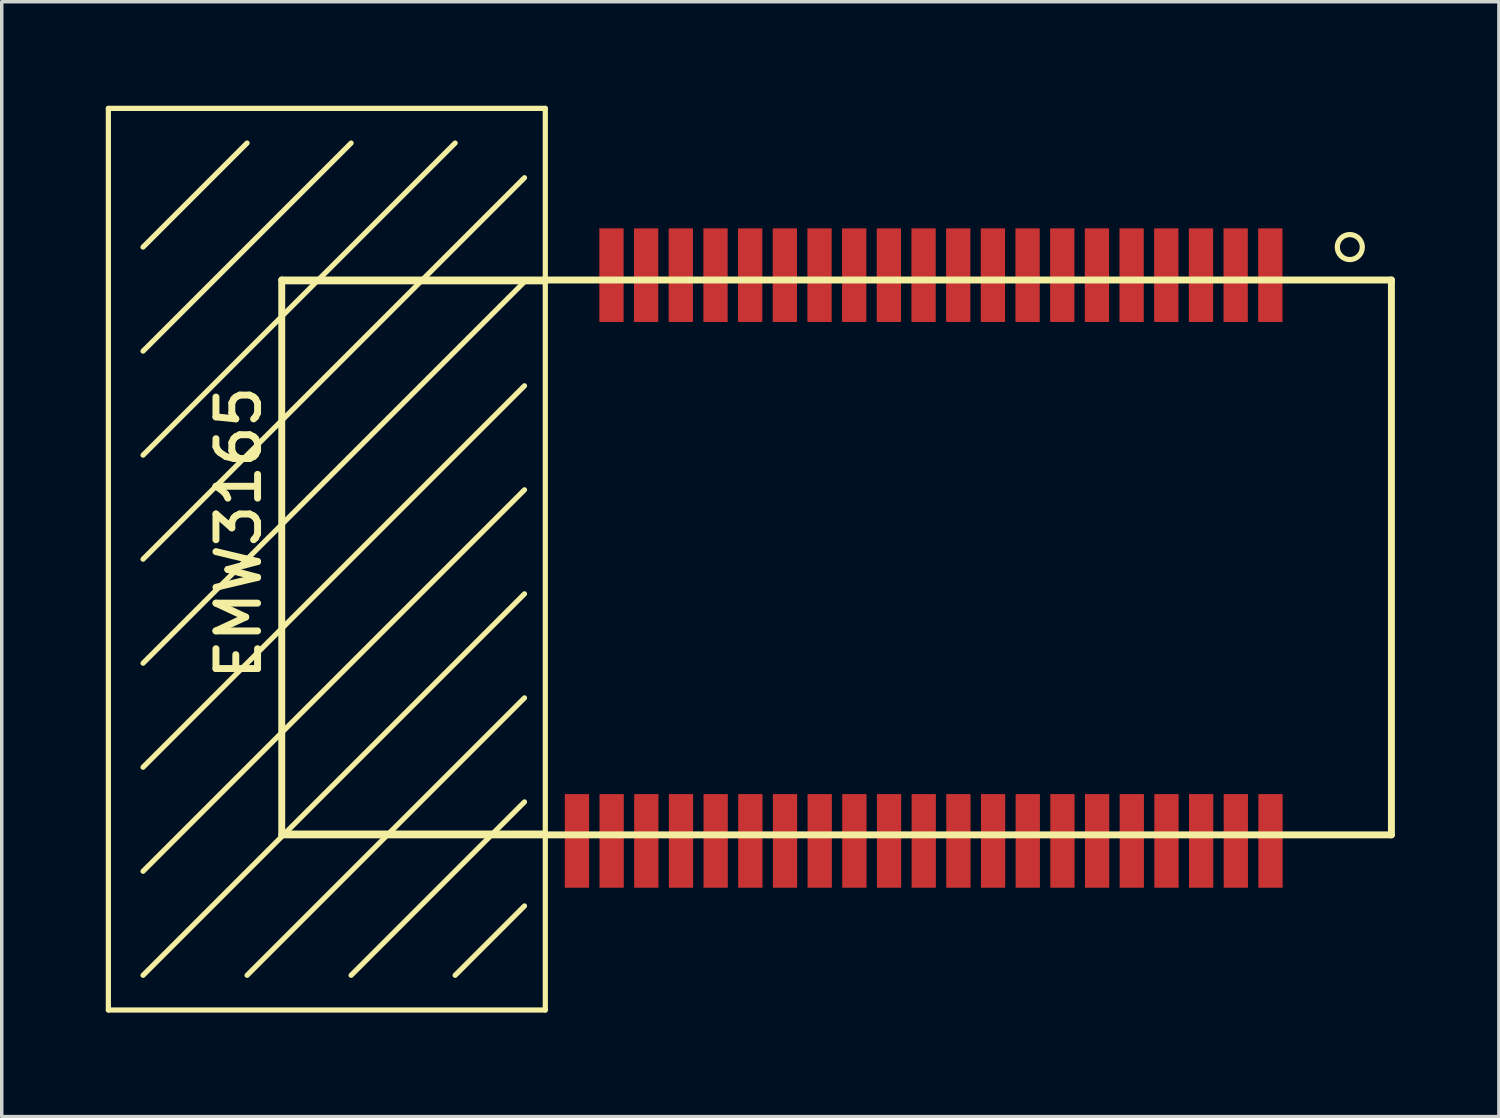
<source format=kicad_pcb>
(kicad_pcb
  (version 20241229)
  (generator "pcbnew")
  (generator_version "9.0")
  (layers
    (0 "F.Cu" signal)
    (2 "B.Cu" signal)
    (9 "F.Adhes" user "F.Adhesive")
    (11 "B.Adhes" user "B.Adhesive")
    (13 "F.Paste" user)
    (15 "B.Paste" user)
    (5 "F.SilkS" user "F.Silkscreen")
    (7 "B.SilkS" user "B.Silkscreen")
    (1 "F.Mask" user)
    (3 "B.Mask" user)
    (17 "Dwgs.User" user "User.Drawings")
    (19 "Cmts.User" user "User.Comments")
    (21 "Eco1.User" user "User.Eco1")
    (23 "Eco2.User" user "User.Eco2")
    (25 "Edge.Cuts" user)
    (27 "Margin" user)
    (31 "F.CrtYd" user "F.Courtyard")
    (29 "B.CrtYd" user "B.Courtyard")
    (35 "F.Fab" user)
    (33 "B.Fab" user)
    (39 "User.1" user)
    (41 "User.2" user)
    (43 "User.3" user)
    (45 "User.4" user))
  (footprint "EMW3165"
    (layer "F.Cu")
    (at 5.075 5.075)
    (property "Reference" "EMW3165" (at -1.242 7.24 270) (layer "F.SilkS") (effects (font (size 1.2 1.2) (thickness 0.2))))
    (attr through_hole)
    (fp_line (start -5 -5) (end -5 21) (stroke (width 0.15) (type solid)) (layer "F.SilkS"))
    (fp_line (start -5 -5) (end 7.6 -5) (stroke (width 0.15) (type solid)) (layer "F.SilkS"))
    (fp_line (start -5 21) (end 7.6 21) (stroke (width 0.15) (type solid)) (layer "F.SilkS"))
    (fp_line (start -1 -4) (end -4 -1) (stroke (width 0.15) (type solid)) (layer "F.SilkS"))
    (fp_line (start 0 -0.05) (end 0 15.95) (stroke (width 0.2) (type solid)) (layer "F.SilkS"))
    (fp_line (start 0 0) (end 7.6 0) (stroke (width 0.15) (type solid)) (layer "F.SilkS"))
    (fp_line (start 0 15.9) (end 0 0) (stroke (width 0.15) (type solid)) (layer "F.SilkS"))
    (fp_line (start 0 15.95) (end 32 15.95) (stroke (width 0.2) (type solid)) (layer "F.SilkS"))
    (fp_line (start 2 -4) (end -4 2) (stroke (width 0.15) (type solid)) (layer "F.SilkS"))
    (fp_line (start 5 -4) (end -4 5) (stroke (width 0.15) (type solid)) (layer "F.SilkS"))
    (fp_line (start 7 -3) (end -4 8) (stroke (width 0.15) (type solid)) (layer "F.SilkS"))
    (fp_line (start 7 0) (end -4 11) (stroke (width 0.15) (type solid)) (layer "F.SilkS"))
    (fp_line (start 7 3) (end -4 14) (stroke (width 0.15) (type solid)) (layer "F.SilkS"))
    (fp_line (start 7 6) (end -4 17) (stroke (width 0.15) (type solid)) (layer "F.SilkS"))
    (fp_line (start 7 9) (end -4 20) (stroke (width 0.15) (type solid)) (layer "F.SilkS"))
    (fp_line (start 7 12) (end -1 20) (stroke (width 0.15) (type solid)) (layer "F.SilkS"))
    (fp_line (start 7 15) (end 2 20) (stroke (width 0.15) (type solid)) (layer "F.SilkS"))
    (fp_line (start 7 18) (end 5 20) (stroke (width 0.15) (type solid)) (layer "F.SilkS"))
    (fp_line (start 7.6 -5) (end 7.6 0) (stroke (width 0.15) (type solid)) (layer "F.SilkS"))
    (fp_line (start 7.6 0) (end 7.6 15.9) (stroke (width 0.15) (type solid)) (layer "F.SilkS"))
    (fp_line (start 7.6 15.9) (end 0 15.9) (stroke (width 0.15) (type solid)) (layer "F.SilkS"))
    (fp_line (start 7.6 16) (end 7.6 21) (stroke (width 0.15) (type solid)) (layer "F.SilkS"))
    (fp_line (start 32 -0.05) (end 0 -0.05) (stroke (width 0.2) (type solid)) (layer "F.SilkS"))
    (fp_line (start 32 15.95) (end 32 -0.05) (stroke (width 0.2) (type solid)) (layer "F.SilkS"))
    (fp_circle (center 30.8 -1) (end 31 -0.7) (stroke (width 0.15) (type solid)) (fill no) (layer "F.SilkS"))
    (pad "1" smd rect (at 28.508 -0.19 270) (size 2.7 0.7) (layers "F.Cu" "F.Mask" "F.Paste"))
    (pad "2" smd rect (at 27.508 -0.19 270) (size 2.7 0.7) (layers "F.Cu" "F.Mask" "F.Paste"))
    (pad "3" smd rect (at 26.508 -0.19 270) (size 2.7 0.7) (layers "F.Cu" "F.Mask" "F.Paste"))
    (pad "4" smd rect (at 25.508 -0.19 270) (size 2.7 0.7) (layers "F.Cu" "F.Mask" "F.Paste"))
    (pad "5" smd rect (at 24.508 -0.19 270) (size 2.7 0.7) (layers "F.Cu" "F.Mask" "F.Paste"))
    (pad "6" smd rect (at 23.508 -0.19 270) (size 2.7 0.7) (layers "F.Cu" "F.Mask" "F.Paste"))
    (pad "7" smd rect (at 22.508 -0.19 270) (size 2.7 0.7) (layers "F.Cu" "F.Mask" "F.Paste"))
    (pad "8" smd rect (at 21.508 -0.19 270) (size 2.7 0.7) (layers "F.Cu" "F.Mask" "F.Paste"))
    (pad "9" smd rect (at 20.508 -0.19 270) (size 2.7 0.7) (layers "F.Cu" "F.Mask" "F.Paste"))
    (pad "10" smd rect (at 19.508 -0.19 270) (size 2.7 0.7) (layers "F.Cu" "F.Mask" "F.Paste"))
    (pad "11" smd rect (at 18.508 -0.19 270) (size 2.7 0.7) (layers "F.Cu" "F.Mask" "F.Paste"))
    (pad "12" smd rect (at 17.508 -0.19 270) (size 2.7 0.7) (layers "F.Cu" "F.Mask" "F.Paste"))
    (pad "13" smd rect (at 16.508 -0.19 270) (size 2.7 0.7) (layers "F.Cu" "F.Mask" "F.Paste"))
    (pad "14" smd rect (at 15.508 -0.19 270) (size 2.7 0.7) (layers "F.Cu" "F.Mask" "F.Paste"))
    (pad "15" smd rect (at 14.508 -0.19 270) (size 2.7 0.7) (layers "F.Cu" "F.Mask" "F.Paste"))
    (pad "16" smd rect (at 13.508 -0.19 270) (size 2.7 0.7) (layers "F.Cu" "F.Mask" "F.Paste"))
    (pad "17" smd rect (at 12.508 -0.19 270) (size 2.7 0.7) (layers "F.Cu" "F.Mask" "F.Paste"))
    (pad "18" smd rect (at 11.508 -0.19 270) (size 2.7 0.7) (layers "F.Cu" "F.Mask" "F.Paste"))
    (pad "19" smd rect (at 10.508 -0.19 270) (size 2.7 0.7) (layers "F.Cu" "F.Mask" "F.Paste"))
    (pad "20" smd rect (at 9.508 -0.19 270) (size 2.7 0.7) (layers "F.Cu" "F.Mask" "F.Paste"))
    (pad "21" smd rect (at 28.513 16.125 90) (size 2.7 0.7) (layers "F.Cu" "F.Mask" "F.Paste"))
    (pad "22" smd rect (at 27.513 16.125 90) (size 2.7 0.7) (layers "F.Cu" "F.Mask" "F.Paste"))
    (pad "23" smd rect (at 26.513 16.125 90) (size 2.7 0.7) (layers "F.Cu" "F.Mask" "F.Paste"))
    (pad "24" smd rect (at 25.513 16.125 90) (size 2.7 0.7) (layers "F.Cu" "F.Mask" "F.Paste"))
    (pad "25" smd rect (at 24.513 16.125 90) (size 2.7 0.7) (layers "F.Cu" "F.Mask" "F.Paste"))
    (pad "26" smd rect (at 23.513 16.125 90) (size 2.7 0.7) (layers "F.Cu" "F.Mask" "F.Paste"))
    (pad "27" smd rect (at 22.513 16.125 90) (size 2.7 0.7) (layers "F.Cu" "F.Mask" "F.Paste"))
    (pad "28" smd rect (at 21.513 16.125 90) (size 2.7 0.7) (layers "F.Cu" "F.Mask" "F.Paste"))
    (pad "29" smd rect (at 20.513 16.125 90) (size 2.7 0.7) (layers "F.Cu" "F.Mask" "F.Paste"))
    (pad "30" smd rect (at 19.513 16.125 90) (size 2.7 0.7) (layers "F.Cu" "F.Mask" "F.Paste"))
    (pad "31" smd rect (at 18.513 16.125 90) (size 2.7 0.7) (layers "F.Cu" "F.Mask" "F.Paste"))
    (pad "32" smd rect (at 17.513 16.125 90) (size 2.7 0.7) (layers "F.Cu" "F.Mask" "F.Paste"))
    (pad "33" smd rect (at 16.513 16.125 90) (size 2.7 0.7) (layers "F.Cu" "F.Mask" "F.Paste"))
    (pad "34" smd rect (at 15.513 16.125 90) (size 2.7 0.7) (layers "F.Cu" "F.Mask" "F.Paste"))
    (pad "35" smd rect (at 14.513 16.125 90) (size 2.7 0.7) (layers "F.Cu" "F.Mask" "F.Paste"))
    (pad "36" smd rect (at 13.513 16.125 90) (size 2.7 0.7) (layers "F.Cu" "F.Mask" "F.Paste"))
    (pad "37" smd rect (at 12.513 16.125 90) (size 2.7 0.7) (layers "F.Cu" "F.Mask" "F.Paste"))
    (pad "38" smd rect (at 11.513 16.125 90) (size 2.7 0.7) (layers "F.Cu" "F.Mask" "F.Paste"))
    (pad "39" smd rect (at 10.513 16.125 90) (size 2.7 0.7) (layers "F.Cu" "F.Mask" "F.Paste"))
    (pad "40" smd rect (at 9.513 16.125 90) (size 2.7 0.7) (layers "F.Cu" "F.Mask" "F.Paste"))
    (pad "41" smd rect (at 8.513 16.125 90) (size 2.7 0.7) (layers "F.Cu" "F.Mask" "F.Paste")))
  (gr_rect
    (start -3 -3)
    (end 40.175 29.15)
    (stroke (width 0.1) (type default))
    (fill no)
    (layer "Edge.Cuts")))
</source>
